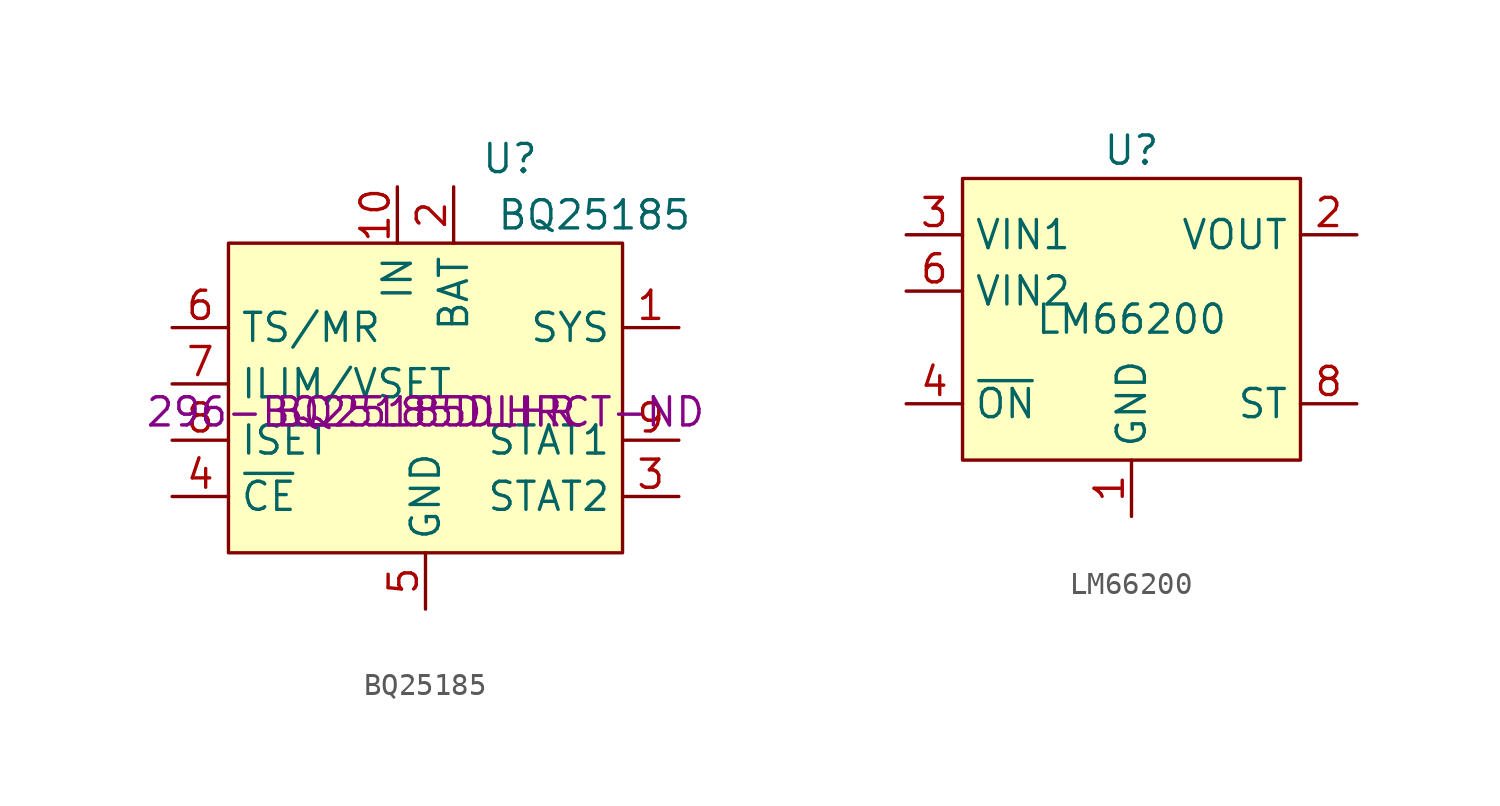
<source format=kicad_sym>
(kicad_symbol_lib
  (version 20231120)
  (generator "kicad_symbol_editor")
  (generator_version "8.0")
  (symbol "BQ25185"
    (property "Reference" "U"
      (at 3.81 11.43 0)
      (effects (font (size 1.27 1.27))))
    (property "Value" "BQ25185"
      (at 7.62 8.89 0)
      (effects (font (size 1.27 1.27))))
    (property "MPN" "BQ25185DLHR"
      (at 0 0 0)
      (effects (font (size 1.27 1.27))))
    (property "DigiKey" "296-BQ25185DLHRCT-ND"
      (at 0 0 0)
      (effects (font (size 1.27 1.27))))
    (symbol "BQ25185_1_1"
      (rectangle (start -8.89 7.62) (end 8.89 -6.35) (stroke (width 0) (type default)) (fill (type background)))
      (pin power_out line (at 11.43 3.81 180) (length 2.54) (name "SYS" (effects (font (size 1.27 1.27)))) (number "1" (effects (font (size 1.27 1.27)))))
      (pin power_in line (at -1.27 10.16 270) (length 2.54) (name "IN" (effects (font (size 1.27 1.27)))) (number "10" (effects (font (size 1.27 1.27)))))
      (pin passive line (at 0 -8.89 90) (length 2.54) hide (name "EP" (effects (font (size 1.27 1.27)))) (number "11" (effects (font (size 1.27 1.27)))))
      (pin power_in line (at 1.27 10.16 270) (length 2.54) (name "BAT" (effects (font (size 1.27 1.27)))) (number "2" (effects (font (size 1.27 1.27)))))
      (pin output line (at 11.43 -3.81 180) (length 2.54) (name "STAT2" (effects (font (size 1.27 1.27)))) (number "3" (effects (font (size 1.27 1.27)))))
      (pin input line (at -11.43 -3.81 0) (length 2.54) (name "~{CE}" (effects (font (size 1.27 1.27)))) (number "4" (effects (font (size 1.27 1.27)))))
      (pin power_in line (at 0 -8.89 90) (length 2.54) (name "GND" (effects (font (size 1.27 1.27)))) (number "5" (effects (font (size 1.27 1.27)))))
      (pin bidirectional line (at -11.43 3.81 0) (length 2.54) (name "TS/MR" (effects (font (size 1.27 1.27)))) (number "6" (effects (font (size 1.27 1.27)))))
      (pin bidirectional line (at -11.43 1.27 0) (length 2.54) (name "ILIM/VSET" (effects (font (size 1.27 1.27)))) (number "7" (effects (font (size 1.27 1.27)))))
      (pin bidirectional line (at -11.43 -1.27 0) (length 2.54) (name "ISET" (effects (font (size 1.27 1.27)))) (number "8" (effects (font (size 1.27 1.27)))))
      (pin output line (at 11.43 -1.27 180) (length 2.54) (name "STAT1" (effects (font (size 1.27 1.27)))) (number "9" (effects (font (size 1.27 1.27)))))))
  (symbol "LM66200"
    (property "Reference" "U"
      (at 0 7.62 0)
      (effects (font (size 1.27 1.27))))
    (property "Value" "LM66200"
      (at 0 0 0)
      (effects (font (size 1.27 1.27))))
    (symbol "LM66200_1_1"
      (rectangle (start -7.62 6.35) (end 7.62 -6.35) (stroke (width 0) (type default)) (fill (type background)))
      (pin power_in line (at 0 -8.89 90) (length 2.54) (name "GND" (effects (font (size 1.27 1.27)))) (number "1" (effects (font (size 1.27 1.27)))))
      (pin power_out line (at 10.16 3.81 180) (length 2.54) (name "VOUT" (effects (font (size 1.27 1.27)))) (number "2" (effects (font (size 1.27 1.27)))))
      (pin power_in line (at -10.16 3.81 0) (length 2.54) (name "VIN1" (effects (font (size 1.27 1.27)))) (number "3" (effects (font (size 1.27 1.27)))))
      (pin input line (at -10.16 -3.81 0) (length 2.54) (name "~{ON}" (effects (font (size 1.27 1.27)))) (number "4" (effects (font (size 1.27 1.27)))))
      (pin power_in line (at 0 -8.89 90) (length 2.54) hide (name "GND" (effects (font (size 1.27 1.27)))) (number "5" (effects (font (size 1.27 1.27)))))
      (pin power_in line (at -10.16 1.27 0) (length 2.54) (name "VIN2" (effects (font (size 1.27 1.27)))) (number "6" (effects (font (size 1.27 1.27)))))
      (pin power_out line (at 10.16 3.81 180) (length 2.54) hide (name "VOUT" (effects (font (size 1.27 1.27)))) (number "7" (effects (font (size 1.27 1.27)))))
      (pin output line (at 10.16 -3.81 180) (length 2.54) (name "ST" (effects (font (size 1.27 1.27)))) (number "8" (effects (font (size 1.27 1.27))))))))
</source>
